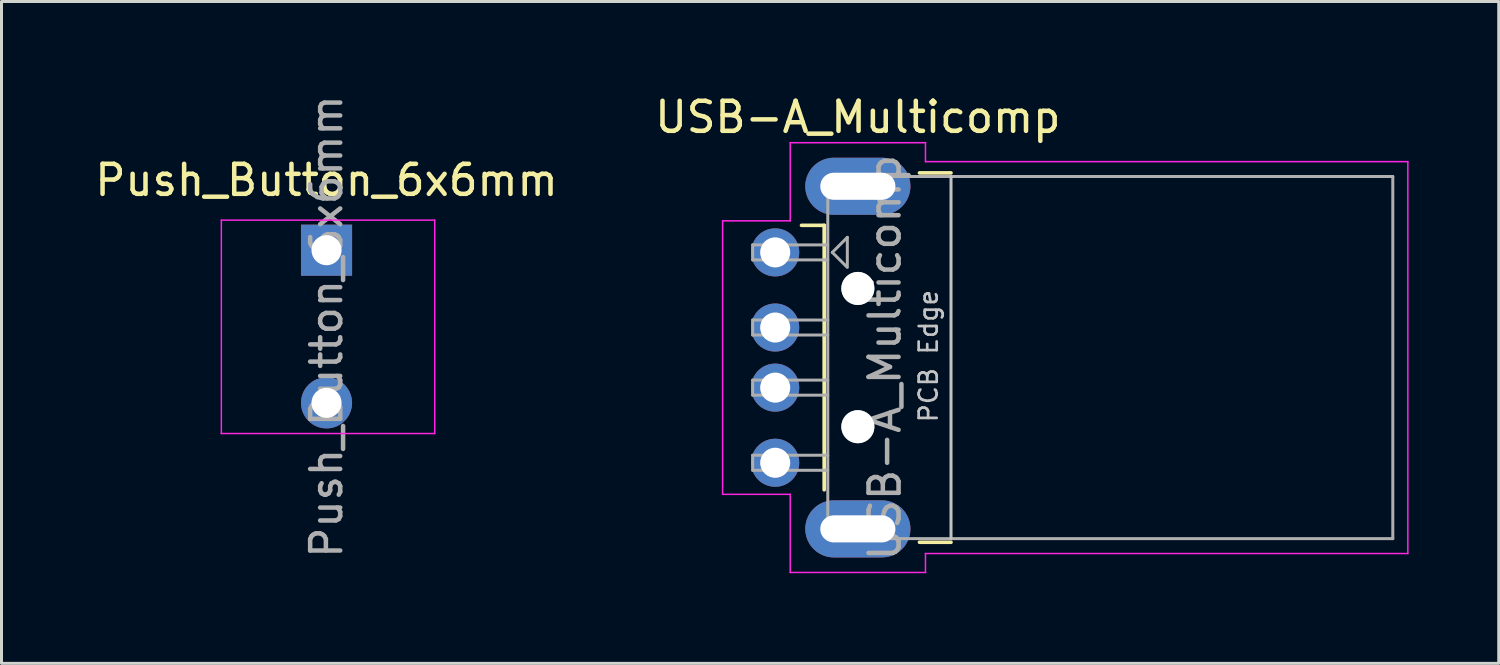
<source format=kicad_pcb>
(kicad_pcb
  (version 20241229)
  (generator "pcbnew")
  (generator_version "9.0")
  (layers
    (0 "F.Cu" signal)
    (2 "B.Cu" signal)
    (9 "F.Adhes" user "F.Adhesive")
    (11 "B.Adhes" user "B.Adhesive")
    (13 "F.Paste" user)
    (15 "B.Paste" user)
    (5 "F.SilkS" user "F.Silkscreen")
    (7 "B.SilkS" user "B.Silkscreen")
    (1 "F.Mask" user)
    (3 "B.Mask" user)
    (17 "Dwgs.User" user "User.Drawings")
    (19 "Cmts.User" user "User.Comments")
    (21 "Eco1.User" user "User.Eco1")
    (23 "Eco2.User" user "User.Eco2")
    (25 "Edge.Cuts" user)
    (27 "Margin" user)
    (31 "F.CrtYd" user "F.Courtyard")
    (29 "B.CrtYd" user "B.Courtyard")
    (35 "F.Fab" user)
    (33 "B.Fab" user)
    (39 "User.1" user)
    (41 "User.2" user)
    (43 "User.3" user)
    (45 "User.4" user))
  (footprint "Push_Button_6x6mm"
    (layer "F.Cu")
    (at 7.815 5.275)
    (property "Reference" "Push_Button_6x6mm" (at 0 -2.33 180) (layer "F.SilkS") (effects (font (size 1 1) (thickness 0.15))))
    (attr through_hole)
    (fp_line (start -3.5 -1) (end -3.5 6.1) (stroke (width 0.05) (type solid)) (layer "F.CrtYd"))
    (fp_line (start 3.6 -1) (end -3.5 -1) (stroke (width 0.05) (type solid)) (layer "F.CrtYd"))
    (fp_line (start 3.6 6.1) (end -3.5 6.1) (stroke (width 0.05) (type solid)) (layer "F.CrtYd"))
    (fp_line (start 3.6 6.1) (end 3.6 -1) (stroke (width 0.05) (type solid)) (layer "F.CrtYd"))
    (fp_text user "${REFERENCE}" (at 0 2.54 270) (layer "F.Fab") (effects (font (size 1 1) (thickness 0.15))))
    (pad "1" thru_hole rect (at 0 0) (size 1.7 1.7) (drill 1) (layers "*.Cu" "*.Mask"))
    (pad "2" thru_hole oval (at 0 5.08) (size 1.7 1.7) (drill 1) (layers "*.Cu" "*.Mask")))
  (footprint "USB-A_Multicomp"
    (layer "F.Cu")
    (at 32.394 8.848)
    (property "Reference" "USB-A_Multicomp" (at -6.9 -8 180) (layer "F.SilkS") (effects (font (size 1 1) (thickness 0.15))))
    (attr smd)
    (fp_line (start -8.02 -4.4) (end -8.775 -4.4) (stroke (width 0.12) (type solid)) (layer "F.SilkS"))
    (fp_line (start -8.02 -4.4) (end -8.02 4.4) (stroke (width 0.12) (type solid)) (layer "F.SilkS"))
    (fp_line (start -4.85 -6.145) (end -3.8 -6.145) (stroke (width 0.12) (type solid)) (layer "F.SilkS"))
    (fp_line (start -4.85 6.145) (end -3.8 6.145) (stroke (width 0.12) (type solid)) (layer "F.SilkS"))
    (fp_line (start -3.8 6.025) (end -3.8 -6.025) (stroke (width 0.1) (type solid)) (layer "Dwgs.User"))
    (fp_line (start -11.4 -4.55) (end -9.15 -4.55) (stroke (width 0.05) (type solid)) (layer "F.CrtYd"))
    (fp_line (start -11.4 4.55) (end -11.4 -4.55) (stroke (width 0.05) (type solid)) (layer "F.CrtYd"))
    (fp_line (start -11.4 4.55) (end -9.15 4.55) (stroke (width 0.05) (type solid)) (layer "F.CrtYd"))
    (fp_line (start -9.15 -7.15) (end -9.15 -4.55) (stroke (width 0.05) (type solid)) (layer "F.CrtYd"))
    (fp_line (start -9.15 -7.15) (end -4.65 -7.15) (stroke (width 0.05) (type solid)) (layer "F.CrtYd"))
    (fp_line (start -9.15 4.55) (end -9.15 7.15) (stroke (width 0.05) (type solid)) (layer "F.CrtYd"))
    (fp_line (start -9.15 7.15) (end -4.65 7.15) (stroke (width 0.05) (type solid)) (layer "F.CrtYd"))
    (fp_line (start -4.65 -6.52) (end -4.65 -7.15) (stroke (width 0.05) (type solid)) (layer "F.CrtYd"))
    (fp_line (start -4.65 -6.52) (end 11.4 -6.52) (stroke (width 0.05) (type solid)) (layer "F.CrtYd"))
    (fp_line (start -4.65 6.52) (end 11.4 6.52) (stroke (width 0.05) (type solid)) (layer "F.CrtYd"))
    (fp_line (start -4.65 7.15) (end -4.65 6.52) (stroke (width 0.05) (type solid)) (layer "F.CrtYd"))
    (fp_line (start 11.4 6.52) (end 11.4 -6.52) (stroke (width 0.05) (type solid)) (layer "F.CrtYd"))
    (fp_line (start -10.4 -3.75) (end -7.9 -3.75) (stroke (width 0.1) (type solid)) (layer "F.Fab"))
    (fp_line (start -10.4 -3.25) (end -10.4 -3.75) (stroke (width 0.1) (type solid)) (layer "F.Fab"))
    (fp_line (start -10.4 -3.25) (end -7.9 -3.25) (stroke (width 0.1) (type solid)) (layer "F.Fab"))
    (fp_line (start -10.4 -1.25) (end -7.9 -1.25) (stroke (width 0.1) (type solid)) (layer "F.Fab"))
    (fp_line (start -10.4 -0.75) (end -10.4 -1.25) (stroke (width 0.1) (type solid)) (layer "F.Fab"))
    (fp_line (start -10.4 -0.75) (end -7.9 -0.75) (stroke (width 0.1) (type solid)) (layer "F.Fab"))
    (fp_line (start -10.4 0.75) (end -7.9 0.75) (stroke (width 0.1) (type solid)) (layer "F.Fab"))
    (fp_line (start -10.4 1.25) (end -10.4 0.75) (stroke (width 0.1) (type solid)) (layer "F.Fab"))
    (fp_line (start -10.4 1.25) (end -7.9 1.25) (stroke (width 0.1) (type solid)) (layer "F.Fab"))
    (fp_line (start -10.4 3.25) (end -7.9 3.25) (stroke (width 0.1) (type solid)) (layer "F.Fab"))
    (fp_line (start -10.4 3.75) (end -10.4 3.25) (stroke (width 0.1) (type solid)) (layer "F.Fab"))
    (fp_line (start -10.4 3.75) (end -7.9 3.75) (stroke (width 0.1) (type solid)) (layer "F.Fab"))
    (fp_line (start -7.9 -6.025) (end 10.9 -6.025) (stroke (width 0.1) (type solid)) (layer "F.Fab"))
    (fp_line (start -7.9 6.025) (end -7.9 -6.025) (stroke (width 0.1) (type solid)) (layer "F.Fab"))
    (fp_line (start -7.9 6.025) (end 10.9 6.025) (stroke (width 0.1) (type solid)) (layer "F.Fab"))
    (fp_line (start -7.75 -3.5) (end -7.25 -4) (stroke (width 0.1) (type solid)) (layer "F.Fab"))
    (fp_line (start -7.75 -3.5) (end -7.25 -3) (stroke (width 0.1) (type solid)) (layer "F.Fab"))
    (fp_line (start -7.25 -4) (end -7.25 -3.05) (stroke (width 0.1) (type solid)) (layer "F.Fab"))
    (fp_line (start 10.9 6.025) (end 10.9 -6.025) (stroke (width 0.1) (type solid)) (layer "F.Fab"))
    (fp_circle (center -6.9 -2.3) (end -6.9 -2.8) (stroke (width 0.1) (type solid)) (fill no) (layer "F.Fab"))
    (fp_circle (center -6.9 2.3) (end -6.9 2.8) (stroke (width 0.1) (type solid)) (fill no) (layer "F.Fab"))
    (fp_text user "PCB Edge" (at -4.55 -0.05 270) (layer "Dwgs.User") (effects (font (size 0.6 0.6) (thickness 0.09))))
    (fp_text user "${REFERENCE}" (at -6 0 270) (layer "F.Fab") (effects (font (size 1 1) (thickness 0.15))))
    (pad "" np_thru_hole circle (at -6.9 -2.3) (size 1.1 1.1) (drill 1.1) (layers "*.Cu" "*.Mask"))
    (pad "" np_thru_hole circle (at -6.9 2.3) (size 1.1 1.1) (drill 1.1) (layers "*.Cu" "*.Mask"))
    (pad "1" thru_hole circle (at -9.65 -3.5) (size 1.6 1.6) (drill 1) (layers "*.Cu" "*.Mask"))
    (pad "2" thru_hole circle (at -9.65 -1) (size 1.6 1.6) (drill 1) (layers "*.Cu" "*.Mask"))
    (pad "3" thru_hole circle (at -9.65 1) (size 1.6 1.6) (drill 1) (layers "*.Cu" "*.Mask"))
    (pad "4" thru_hole circle (at -9.65 3.5) (size 1.6 1.6) (drill 1) (layers "*.Cu" "*.Mask"))
    (pad "5" thru_hole oval (at -6.9 -5.7) (size 3.5 1.9) (drill oval 2.5 0.9) (layers "*.Cu" "*.Mask"))
    (pad "5" thru_hole oval (at -6.9 5.7) (size 3.5 1.9) (drill oval 2.5 0.9) (layers "*.Cu" "*.Mask")))
  (gr_rect
    (start -3 -3)
    (end 46.819 19.023)
    (stroke (width 0.1) (type default))
    (fill no)
    (layer "Edge.Cuts")))
</source>
